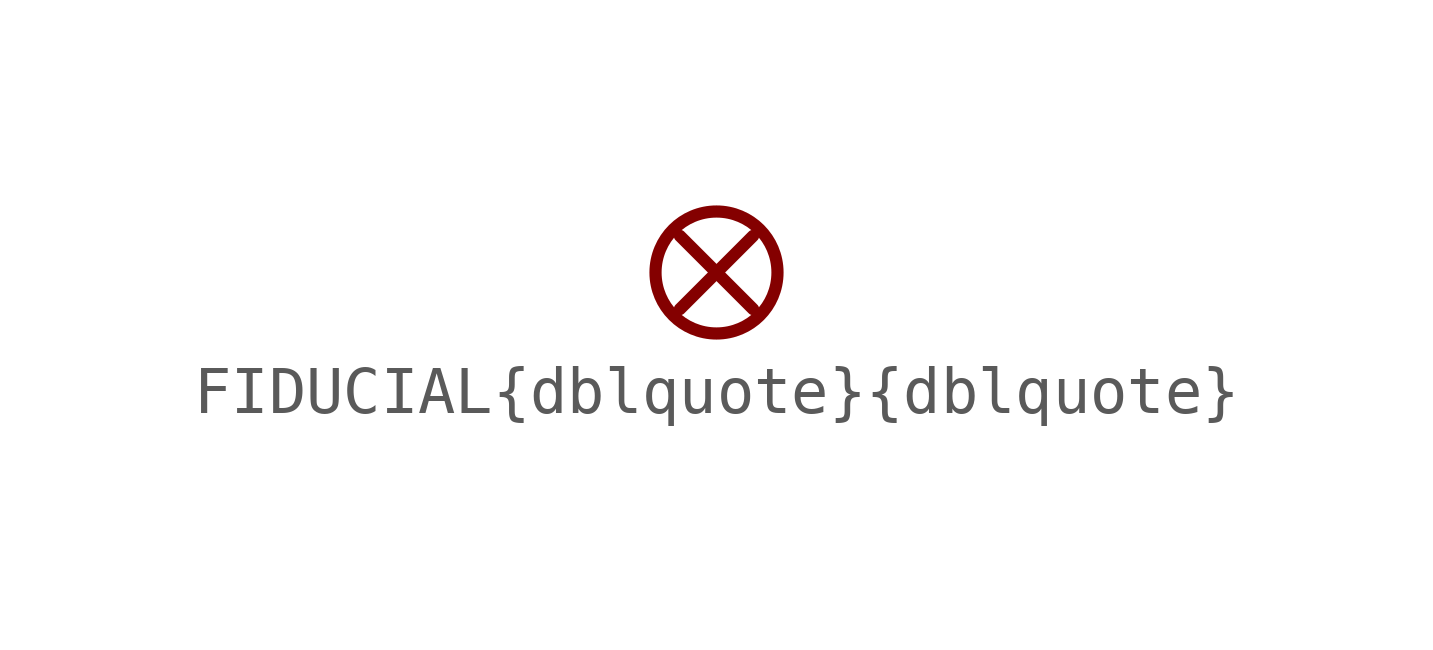
<source format=kicad_sym>
(kicad_symbol_lib
  (version 20211014)
  (generator kicad_symbol_editor)
  (symbol "FIDUCIAL{dblquote}{dblquote}"
    (property "Reference" "FID"
      (at 0 0 0)
      (effects (font (size 1.27 1.27)) hide))
    (property "ki_locked" ""
      (at 0 0 0)
      (effects (font (size 1.27 1.27))))
    (symbol "FIDUCIAL{dblquote}{dblquote}_1_0"
      (polyline (pts (xy -0.762 0.762) (xy 0.762 -0.762)) (stroke (width 0.254) (type default) (color 0 0 0 0)) (fill (type none)))
      (polyline (pts (xy 0.762 0.762) (xy -0.762 -0.762)) (stroke (width 0.254) (type default) (color 0 0 0 0)) (fill (type none)))
      (circle (center 0 0) (radius 1.27) (stroke (width 0.254) (type default) (color 0 0 0 0)) (fill (type none))))))
</source>
